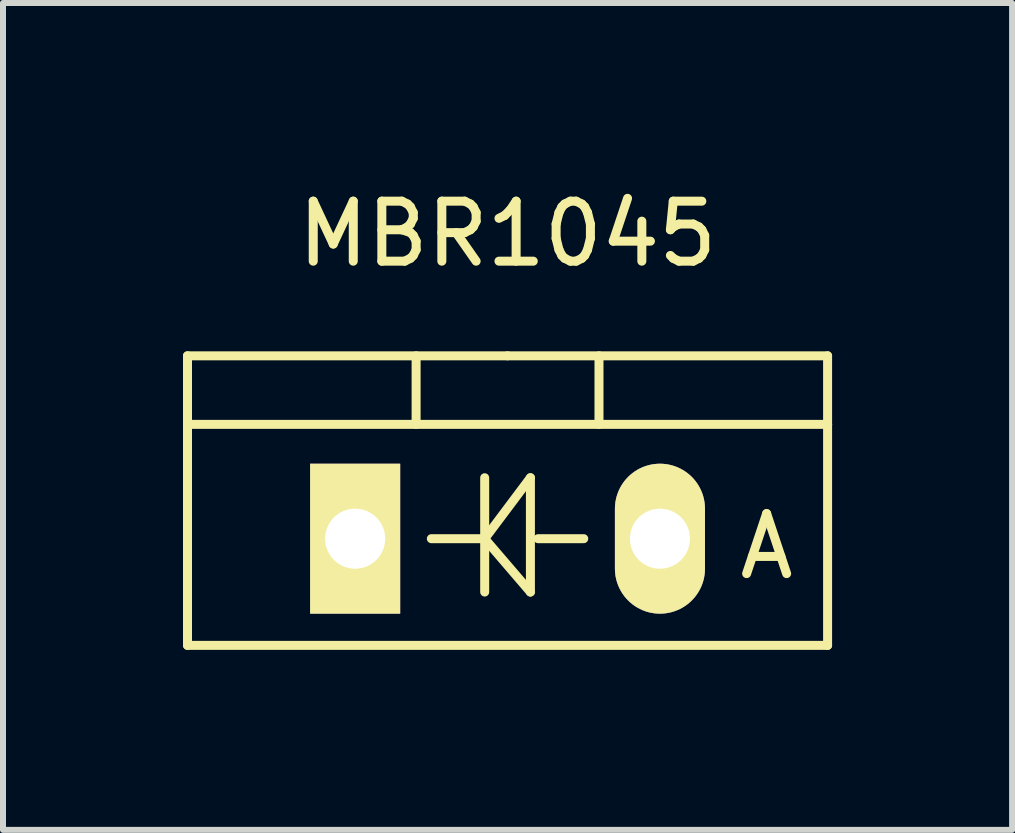
<source format=kicad_pcb>
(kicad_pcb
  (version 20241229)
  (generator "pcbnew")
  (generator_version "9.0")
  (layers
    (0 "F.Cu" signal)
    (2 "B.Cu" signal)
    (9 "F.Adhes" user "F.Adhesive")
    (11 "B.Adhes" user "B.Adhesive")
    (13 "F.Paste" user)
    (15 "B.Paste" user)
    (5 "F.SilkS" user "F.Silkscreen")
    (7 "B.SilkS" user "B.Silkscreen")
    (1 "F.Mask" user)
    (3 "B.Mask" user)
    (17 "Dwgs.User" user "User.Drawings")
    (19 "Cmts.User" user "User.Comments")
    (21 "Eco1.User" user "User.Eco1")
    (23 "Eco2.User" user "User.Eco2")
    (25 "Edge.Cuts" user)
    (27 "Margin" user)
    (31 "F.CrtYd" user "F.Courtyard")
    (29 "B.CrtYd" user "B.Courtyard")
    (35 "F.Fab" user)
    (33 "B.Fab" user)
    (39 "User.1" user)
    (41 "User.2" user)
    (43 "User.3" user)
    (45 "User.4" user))
  (footprint "MBR1045"
    (layer "F.Cu")
    (at 5.409 5.928)
    (property "Reference" "MBR1045" (at 0 -5.08 0) (layer "F.SilkS") (effects (font (size 1 1) (thickness 0.15))))
    (attr through_hole)
    (fp_line (start -5.334 -1.905) (end -5.334 -3.048) (stroke (width 0.15) (type solid)) (layer "F.SilkS"))
    (fp_line (start -5.334 1.778) (end -5.334 -1.905) (stroke (width 0.15) (type solid)) (layer "F.SilkS"))
    (fp_line (start -1.524 -3.048) (end -1.524 -1.905) (stroke (width 0.15) (type solid)) (layer "F.SilkS"))
    (fp_line (start -0.381 -1.016) (end -0.381 0.889) (stroke (width 0.15) (type solid)) (layer "F.SilkS"))
    (fp_line (start -0.381 0) (end -1.27 0) (stroke (width 0.15) (type solid)) (layer "F.SilkS"))
    (fp_line (start -0.381 0) (end 0.381 -1.016) (stroke (width 0.15) (type solid)) (layer "F.SilkS"))
    (fp_line (start 0 -3.048) (end -5.334 -3.048) (stroke (width 0.15) (type solid)) (layer "F.SilkS"))
    (fp_line (start 0 -3.048) (end 5.334 -3.048) (stroke (width 0.15) (type solid)) (layer "F.SilkS"))
    (fp_line (start 0.381 -1.016) (end 0.381 0.889) (stroke (width 0.15) (type solid)) (layer "F.SilkS"))
    (fp_line (start 0.381 0.889) (end -0.381 0) (stroke (width 0.15) (type solid)) (layer "F.SilkS"))
    (fp_line (start 0.508 0) (end 1.27 0) (stroke (width 0.15) (type solid)) (layer "F.SilkS"))
    (fp_line (start 1.524 -3.048) (end 1.524 -1.905) (stroke (width 0.15) (type solid)) (layer "F.SilkS"))
    (fp_line (start 5.334 -3.048) (end 5.334 -1.905) (stroke (width 0.15) (type solid)) (layer "F.SilkS"))
    (fp_line (start 5.334 -1.905) (end -5.334 -1.905) (stroke (width 0.15) (type solid)) (layer "F.SilkS"))
    (fp_line (start 5.334 -1.905) (end 5.334 1.778) (stroke (width 0.15) (type solid)) (layer "F.SilkS"))
    (fp_line (start 5.334 1.778) (end -5.334 1.778) (stroke (width 0.15) (type solid)) (layer "F.SilkS"))
    (fp_text user "A" (at 4.318 0.127 0) (layer "F.SilkS") (effects (font (size 1 1) (thickness 0.15))))
    (pad "1" thru_hole oval (at 2.54 0 90) (size 2.499 1.501) (drill 1.001) (layers "*.Cu" "*.Mask" "F.SilkS"))
    (pad "2" thru_hole rect (at -2.54 0 90) (size 2.499 1.501) (drill 1.001) (layers "*.Cu" "*.Mask" "F.SilkS")))
  (gr_rect
    (start -3 -3)
    (end 13.818 10.781)
    (stroke (width 0.1) (type default))
    (fill no)
    (layer "Edge.Cuts")))
</source>
